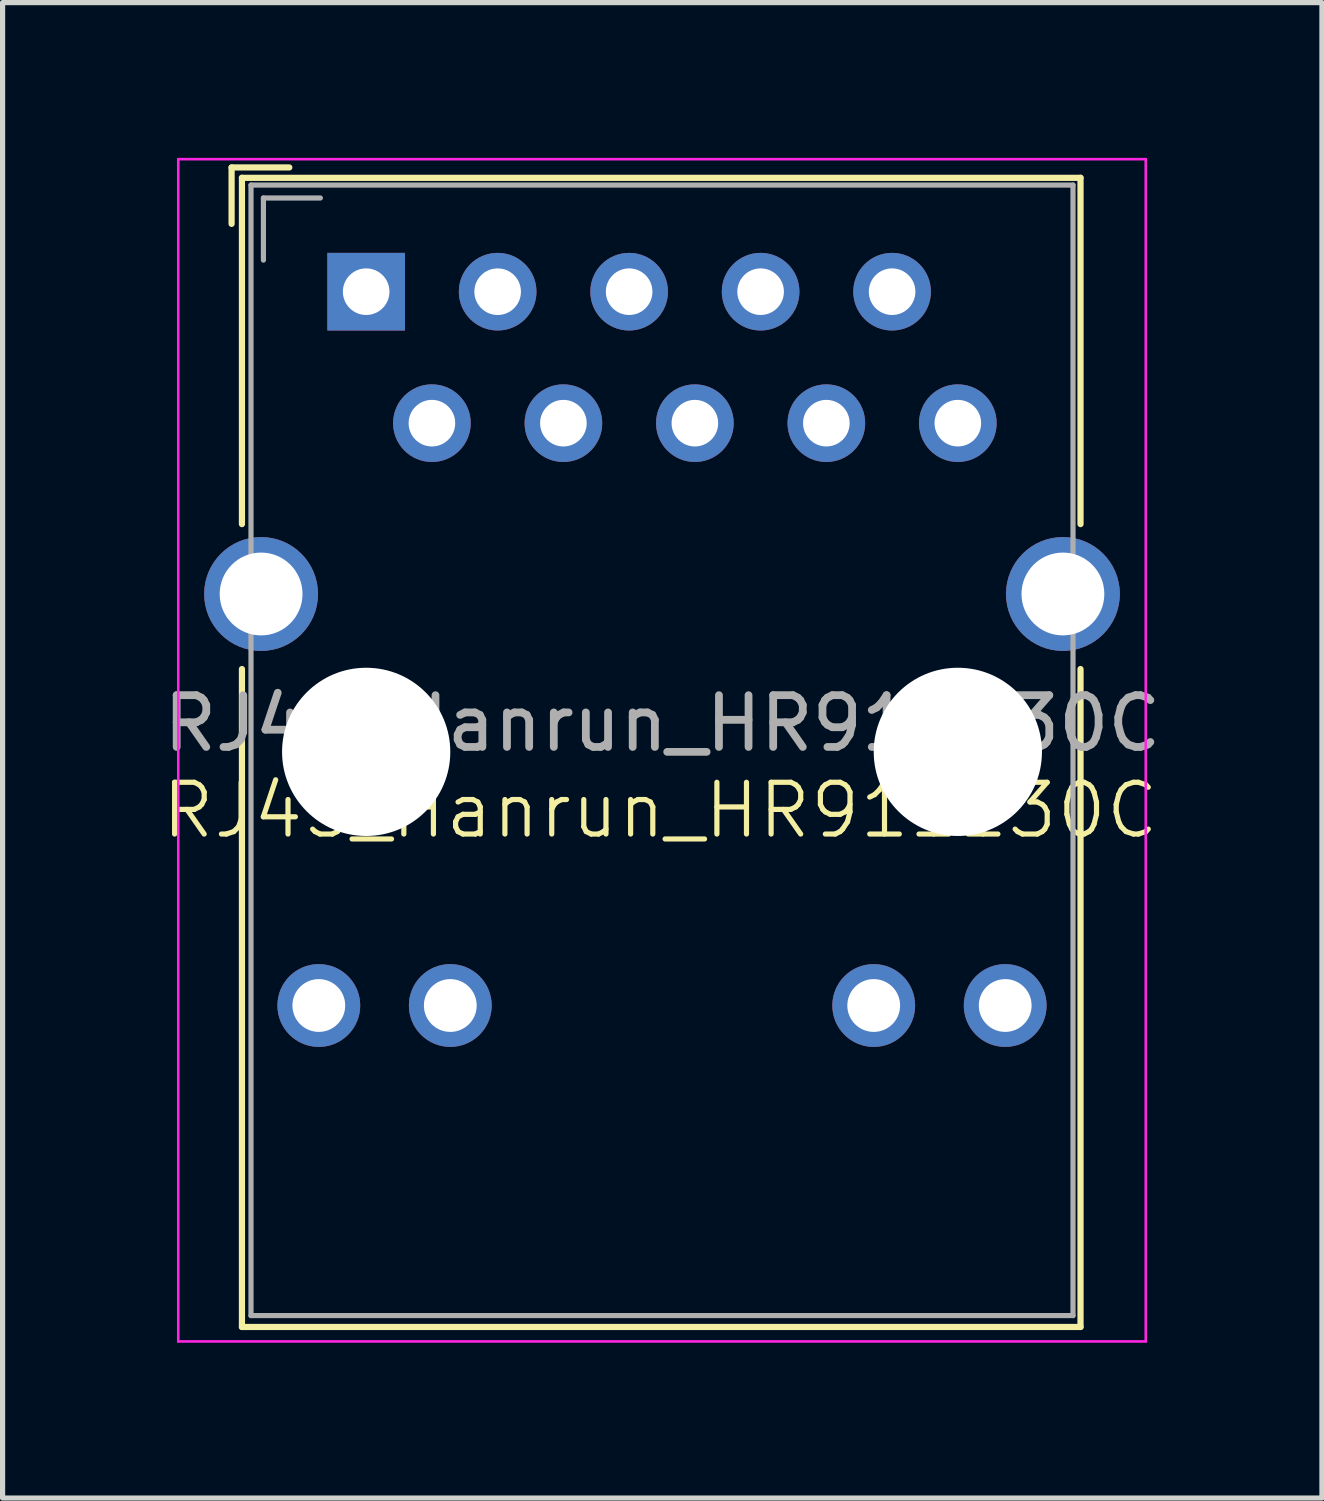
<source format=kicad_pcb>
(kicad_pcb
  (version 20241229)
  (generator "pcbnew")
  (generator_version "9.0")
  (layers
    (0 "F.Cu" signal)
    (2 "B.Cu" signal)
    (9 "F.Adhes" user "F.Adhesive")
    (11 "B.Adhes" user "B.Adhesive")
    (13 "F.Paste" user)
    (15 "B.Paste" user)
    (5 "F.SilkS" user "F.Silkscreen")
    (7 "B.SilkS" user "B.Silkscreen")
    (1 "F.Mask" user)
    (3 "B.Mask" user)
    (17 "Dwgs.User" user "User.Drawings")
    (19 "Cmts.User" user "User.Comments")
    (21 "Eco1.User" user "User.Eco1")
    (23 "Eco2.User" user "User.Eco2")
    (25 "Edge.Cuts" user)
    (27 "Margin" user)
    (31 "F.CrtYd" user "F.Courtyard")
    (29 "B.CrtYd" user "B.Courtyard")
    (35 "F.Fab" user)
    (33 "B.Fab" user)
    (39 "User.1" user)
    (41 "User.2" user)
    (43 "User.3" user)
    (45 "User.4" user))
  (footprint "RJ45_Hanrun_HR911130C"
    (layer "F.Cu")
    (at 4.024 11.475)
    (property "Reference" "RJ45_Hanrun_HR911130C" (at 5.68 1.13 0) (unlocked yes) (layer "F.SilkS") (effects (font (size 1 1) (thickness 0.1))))
    (attr through_hole)
    (fp_line (start -2.6 -11.29) (end -1.485 -11.29) (stroke (width 0.12) (type solid)) (layer "F.SilkS"))
    (fp_line (start -2.6 -10.2) (end -2.6 -11.29) (stroke (width 0.12) (type solid)) (layer "F.SilkS"))
    (fp_line (start -2.4 -11.09) (end -2.4 -4.4) (stroke (width 0.12) (type solid)) (layer "F.SilkS"))
    (fp_line (start -2.4 -1.6) (end -2.4 11.11) (stroke (width 0.12) (type solid)) (layer "F.SilkS"))
    (fp_line (start 13.8 -11.09) (end -2.4 -11.09) (stroke (width 0.12) (type solid)) (layer "F.SilkS"))
    (fp_line (start 13.8 -4.4) (end 13.8 -11.09) (stroke (width 0.12) (type solid)) (layer "F.SilkS"))
    (fp_line (start 13.8 11.11) (end -2.4 11.11) (stroke (width 0.12) (type solid)) (layer "F.SilkS"))
    (fp_line (start 13.8 11.11) (end 13.8 -1.6) (stroke (width 0.12) (type solid)) (layer "F.SilkS"))
    (fp_line (start -3.63 -11.45) (end 15.06 -11.45) (stroke (width 0.05) (type solid)) (layer "F.CrtYd"))
    (fp_line (start -3.63 11.39) (end -3.63 -11.45) (stroke (width 0.05) (type solid)) (layer "F.CrtYd"))
    (fp_line (start 15.06 -11.45) (end 15.06 11.39) (stroke (width 0.05) (type solid)) (layer "F.CrtYd"))
    (fp_line (start 15.06 11.39) (end -3.63 11.39) (stroke (width 0.05) (type solid)) (layer "F.CrtYd"))
    (fp_line (start -2.225 10.89) (end -2.225 -10.95) (stroke (width 0.1) (type solid)) (layer "F.Fab"))
    (fp_line (start -1.985 -10.7) (end -0.885 -10.7) (stroke (width 0.1) (type solid)) (layer "F.Fab"))
    (fp_line (start -1.985 -9.5) (end -1.985 -10.7) (stroke (width 0.1) (type solid)) (layer "F.Fab"))
    (fp_line (start 13.655 -10.95) (end -2.225 -10.95) (stroke (width 0.1) (type solid)) (layer "F.Fab"))
    (fp_line (start 13.655 10.89) (end -2.225 10.89) (stroke (width 0.1) (type solid)) (layer "F.Fab"))
    (fp_line (start 13.655 10.89) (end 13.655 -10.95) (stroke (width 0.1) (type solid)) (layer "F.Fab"))
    (fp_text user "${REFERENCE}" (at 5.72 -0.55 0) (unlocked yes) (layer "F.Fab") (effects (font (size 1 1) (thickness 0.15))))
    (pad "" np_thru_hole circle (at 0 0 180) (size 3.25 3.25) (drill 3.25) (layers "*.Cu" "*.Mask"))
    (pad "" np_thru_hole circle (at 11.43 0 180) (size 3.25 3.25) (drill 3.25) (layers "*.Cu" "*.Mask"))
    (pad "1" thru_hole rect (at 0 -8.89 180) (size 1.5 1.5) (drill 0.9) (layers "*.Cu" "*.Mask"))
    (pad "2" thru_hole circle (at 1.27 -6.35 180) (size 1.5 1.5) (drill 0.9) (layers "*.Cu" "*.Mask"))
    (pad "3" thru_hole circle (at 2.54 -8.89 180) (size 1.5 1.5) (drill 0.9) (layers "*.Cu" "*.Mask"))
    (pad "4" thru_hole circle (at 3.81 -6.35 180) (size 1.5 1.5) (drill 0.9) (layers "*.Cu" "*.Mask"))
    (pad "5" thru_hole circle (at 5.08 -8.89 180) (size 1.5 1.5) (drill 0.9) (layers "*.Cu" "*.Mask"))
    (pad "6" thru_hole circle (at 6.35 -6.35 180) (size 1.5 1.5) (drill 0.9) (layers "*.Cu" "*.Mask"))
    (pad "7" thru_hole circle (at 7.62 -8.89 180) (size 1.5 1.5) (drill 0.9) (layers "*.Cu" "*.Mask"))
    (pad "8" thru_hole circle (at 8.89 -6.35 180) (size 1.5 1.5) (drill 0.9) (layers "*.Cu" "*.Mask"))
    (pad "9" thru_hole circle (at 10.16 -8.89 180) (size 1.5 1.5) (drill 0.9) (layers "*.Cu" "*.Mask"))
    (pad "10" thru_hole circle (at 11.43 -6.35 180) (size 1.5 1.5) (drill 0.9) (layers "*.Cu" "*.Mask"))
    (pad "11" thru_hole circle (at -0.915 4.9 180) (size 1.6 1.6) (drill 1.02) (layers "*.Cu" "*.Mask"))
    (pad "12" thru_hole circle (at 1.625 4.9 180) (size 1.6 1.6) (drill 1.02) (layers "*.Cu" "*.Mask"))
    (pad "13" thru_hole circle (at 9.805 4.9 180) (size 1.6 1.6) (drill 1.02) (layers "*.Cu" "*.Mask"))
    (pad "14" thru_hole circle (at 12.345 4.9 180) (size 1.6 1.6) (drill 1.02) (layers "*.Cu" "*.Mask"))
    (pad "SH" thru_hole circle (at -2.03 -3.05 180) (size 2.2 2.2) (drill 1.6) (layers "*.Cu" "*.Mask"))
    (pad "SH" thru_hole circle (at 13.46 -3.05 180) (size 2.2 2.2) (drill 1.6) (layers "*.Cu" "*.Mask")))
  (gr_rect
    (start -3 -3)
    (end 22.488 25.89)
    (stroke (width 0.1) (type default))
    (fill no)
    (layer "Edge.Cuts")))
</source>
